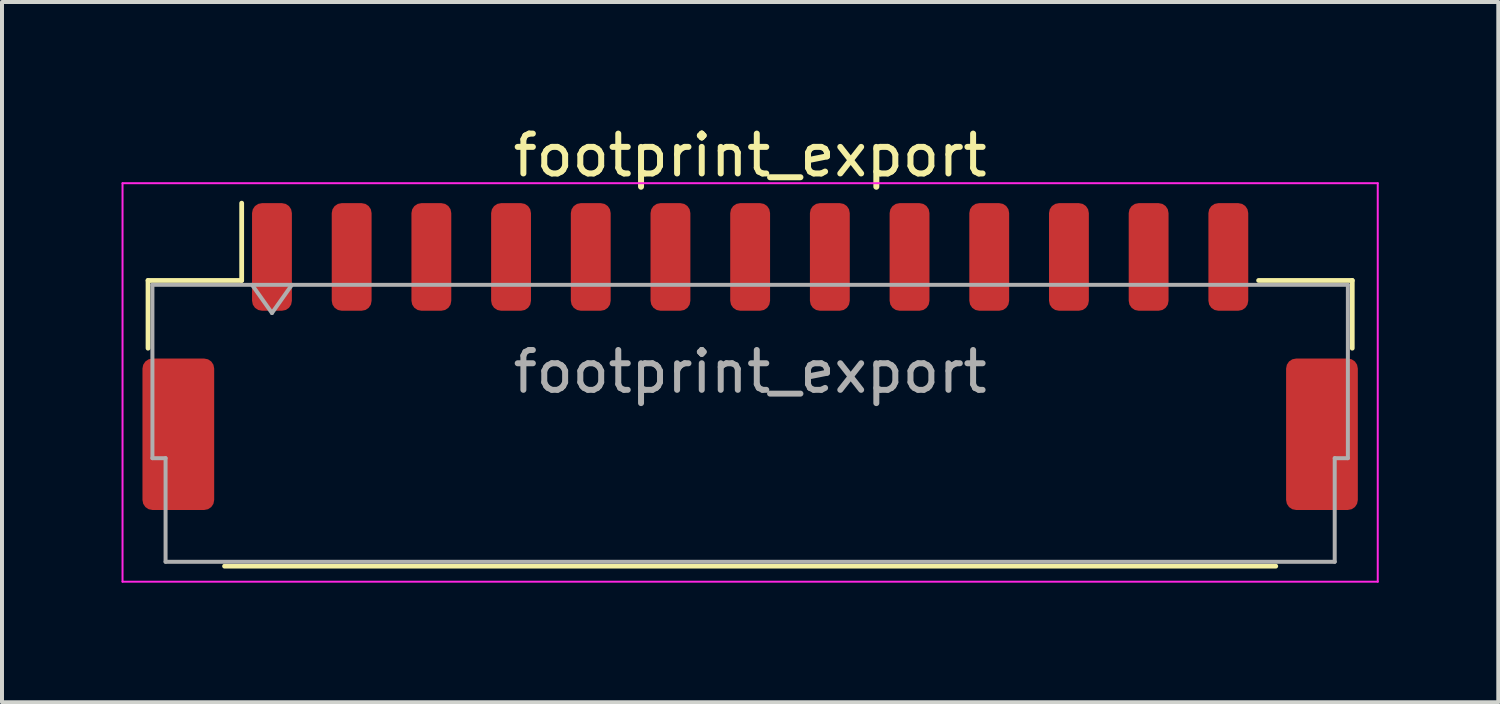
<source format=kicad_pcb>
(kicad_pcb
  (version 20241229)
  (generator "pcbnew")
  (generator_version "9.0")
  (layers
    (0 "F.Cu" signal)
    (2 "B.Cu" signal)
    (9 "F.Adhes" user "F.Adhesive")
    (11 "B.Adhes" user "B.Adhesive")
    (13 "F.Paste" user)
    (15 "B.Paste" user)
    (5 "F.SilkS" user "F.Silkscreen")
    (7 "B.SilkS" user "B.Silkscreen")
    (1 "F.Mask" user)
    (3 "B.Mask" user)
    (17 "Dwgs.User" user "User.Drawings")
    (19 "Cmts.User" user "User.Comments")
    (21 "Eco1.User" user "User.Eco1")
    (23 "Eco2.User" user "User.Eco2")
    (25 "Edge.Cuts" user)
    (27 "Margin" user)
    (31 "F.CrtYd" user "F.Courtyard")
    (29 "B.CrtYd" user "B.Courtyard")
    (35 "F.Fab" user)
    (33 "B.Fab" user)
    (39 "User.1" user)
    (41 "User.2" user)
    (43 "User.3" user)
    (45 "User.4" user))
  (footprint "footprint_export"
    (layer "F.Cu")
    (at 15.775 5.898)
    (property "Reference" "footprint_export" (at 0 -5.05 0) (layer "F.SilkS") (effects (font (size 1 1) (thickness 0.15))))
    (attr smd)
    (fp_line (start -15.11 -1.91) (end -12.76 -1.91) (stroke (width 0.12) (type solid)) (layer "F.SilkS"))
    (fp_line (start -15.11 -0.21) (end -15.11 -1.91) (stroke (width 0.12) (type solid)) (layer "F.SilkS"))
    (fp_line (start -13.19 5.26) (end 13.19 5.26) (stroke (width 0.12) (type solid)) (layer "F.SilkS"))
    (fp_line (start -12.76 -1.91) (end -12.76 -3.85) (stroke (width 0.12) (type solid)) (layer "F.SilkS"))
    (fp_line (start 15.11 -1.91) (end 12.76 -1.91) (stroke (width 0.12) (type solid)) (layer "F.SilkS"))
    (fp_line (start 15.11 -0.21) (end 15.11 -1.91) (stroke (width 0.12) (type solid)) (layer "F.SilkS"))
    (fp_line (start -15.75 -4.35) (end -15.75 5.65) (stroke (width 0.05) (type solid)) (layer "F.CrtYd"))
    (fp_line (start -15.75 5.65) (end 15.75 5.65) (stroke (width 0.05) (type solid)) (layer "F.CrtYd"))
    (fp_line (start 15.75 -4.35) (end -15.75 -4.35) (stroke (width 0.05) (type solid)) (layer "F.CrtYd"))
    (fp_line (start 15.75 5.65) (end 15.75 -4.35) (stroke (width 0.05) (type solid)) (layer "F.CrtYd"))
    (fp_line (start -15 -1.8) (end -15 2.55) (stroke (width 0.1) (type solid)) (layer "F.Fab"))
    (fp_line (start -15 -1.8) (end 15 -1.8) (stroke (width 0.1) (type solid)) (layer "F.Fab"))
    (fp_line (start -15 2.55) (end -14.67 2.55) (stroke (width 0.1) (type solid)) (layer "F.Fab"))
    (fp_line (start -14.67 2.55) (end -14.67 5.15) (stroke (width 0.1) (type solid)) (layer "F.Fab"))
    (fp_line (start -14.67 5.15) (end 14.67 5.15) (stroke (width 0.1) (type solid)) (layer "F.Fab"))
    (fp_line (start -12.5 -1.8) (end -12 -1.093) (stroke (width 0.1) (type solid)) (layer "F.Fab"))
    (fp_line (start -12 -1.093) (end -11.5 -1.8) (stroke (width 0.1) (type solid)) (layer "F.Fab"))
    (fp_line (start 14.67 2.55) (end 15 2.55) (stroke (width 0.1) (type solid)) (layer "F.Fab"))
    (fp_line (start 14.67 5.15) (end 14.67 2.55) (stroke (width 0.1) (type solid)) (layer "F.Fab"))
    (fp_line (start 15 -1.8) (end 15 2.55) (stroke (width 0.1) (type solid)) (layer "F.Fab"))
    (fp_text user "${REFERENCE}" (at 0 0.38 0) (layer "F.Fab") (effects (font (size 1 1) (thickness 0.15))))
    (pad "1" smd roundrect (at -12 -2.5) (size 1 2.7) (layers "F.Cu" "F.Mask" "F.Paste") (roundrect_rratio 0.25))
    (pad "2" smd roundrect (at -10 -2.5) (size 1 2.7) (layers "F.Cu" "F.Mask" "F.Paste") (roundrect_rratio 0.25))
    (pad "3" smd roundrect (at -8 -2.5) (size 1 2.7) (layers "F.Cu" "F.Mask" "F.Paste") (roundrect_rratio 0.25))
    (pad "4" smd roundrect (at -6 -2.5) (size 1 2.7) (layers "F.Cu" "F.Mask" "F.Paste") (roundrect_rratio 0.25))
    (pad "5" smd roundrect (at -4 -2.5) (size 1 2.7) (layers "F.Cu" "F.Mask" "F.Paste") (roundrect_rratio 0.25))
    (pad "6" smd roundrect (at -2 -2.5) (size 1 2.7) (layers "F.Cu" "F.Mask" "F.Paste") (roundrect_rratio 0.25))
    (pad "7" smd roundrect (at 0 -2.5) (size 1 2.7) (layers "F.Cu" "F.Mask" "F.Paste") (roundrect_rratio 0.25))
    (pad "8" smd roundrect (at 2 -2.5) (size 1 2.7) (layers "F.Cu" "F.Mask" "F.Paste") (roundrect_rratio 0.25))
    (pad "9" smd roundrect (at 4 -2.5) (size 1 2.7) (layers "F.Cu" "F.Mask" "F.Paste") (roundrect_rratio 0.25))
    (pad "10" smd roundrect (at 6 -2.5) (size 1 2.7) (layers "F.Cu" "F.Mask" "F.Paste") (roundrect_rratio 0.25))
    (pad "11" smd roundrect (at 8 -2.5) (size 1 2.7) (layers "F.Cu" "F.Mask" "F.Paste") (roundrect_rratio 0.25))
    (pad "12" smd roundrect (at 10 -2.5) (size 1 2.7) (layers "F.Cu" "F.Mask" "F.Paste") (roundrect_rratio 0.25))
    (pad "13" smd roundrect (at 12 -2.5) (size 1 2.7) (layers "F.Cu" "F.Mask" "F.Paste") (roundrect_rratio 0.25))
    (pad "MP" smd roundrect (at -14.35 1.95) (size 1.8 3.8) (layers "F.Cu" "F.Mask" "F.Paste") (roundrect_rratio 0.139))
    (pad "MP" smd roundrect (at 14.35 1.95) (size 1.8 3.8) (layers "F.Cu" "F.Mask" "F.Paste") (roundrect_rratio 0.139)))
  (gr_rect
    (start -3 -3)
    (end 34.55 14.573)
    (stroke (width 0.1) (type default))
    (fill no)
    (layer "Edge.Cuts")))
</source>
